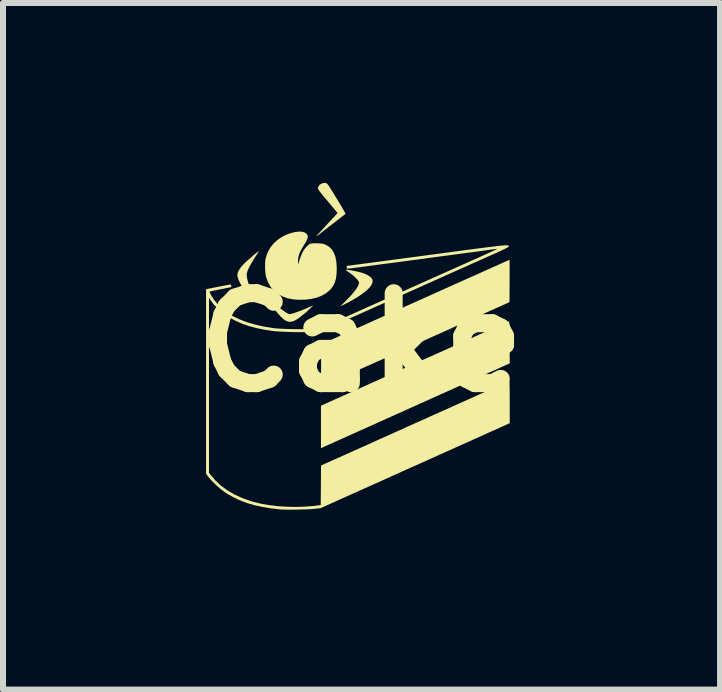
<source format=kicad_pcb>
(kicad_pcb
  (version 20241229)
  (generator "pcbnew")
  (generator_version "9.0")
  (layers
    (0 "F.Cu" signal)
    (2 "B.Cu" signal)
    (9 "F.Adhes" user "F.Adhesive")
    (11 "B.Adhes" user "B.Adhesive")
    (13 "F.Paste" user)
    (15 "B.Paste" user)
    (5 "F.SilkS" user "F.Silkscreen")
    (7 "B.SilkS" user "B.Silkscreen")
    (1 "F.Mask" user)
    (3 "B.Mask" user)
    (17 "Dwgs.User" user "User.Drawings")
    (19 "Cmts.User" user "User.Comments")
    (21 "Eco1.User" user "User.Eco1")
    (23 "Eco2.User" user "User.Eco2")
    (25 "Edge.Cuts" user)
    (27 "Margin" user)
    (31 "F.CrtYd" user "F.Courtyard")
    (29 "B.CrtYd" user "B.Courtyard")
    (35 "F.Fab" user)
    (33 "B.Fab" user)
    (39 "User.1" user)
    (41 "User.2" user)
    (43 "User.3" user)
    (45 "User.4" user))
  (footprint "Cake"
    (layer "F.Cu")
    (at 2.979 2.661)
    (property "Reference" "Cake" (at 0 0 0) (layer "F.SilkS") (effects (font (size 1.5 1.5) (thickness 0.3))))
    (attr board_only exclude_from_pos_files exclude_from_bom)
    (fp_poly (pts (xy -0.244 -1.213) (xy -0.217 -1.21) (xy -0.181 -1.204) (xy -0.14 -1.196) (xy -0.097 -1.188) (xy -0.056 -1.179) (xy -0.021 -1.17) (xy -0.001 -1.165) (xy 0.068 -1.14) (xy 0.12 -1.113) (xy 0.157 -1.084) (xy 0.179 -1.053) (xy 0.185 -1.018) (xy 0.176 -0.981) (xy 0.171 -0.971) (xy 0.144 -0.929) (xy 0.102 -0.884) (xy 0.046 -0.837) (xy -0.022 -0.787) (xy -0.1 -0.737) (xy -0.189 -0.686) (xy -0.262 -0.648) (xy -0.355 -0.602) (xy -0.246 -0.711) (xy -0.182 -0.777) (xy -0.13 -0.838) (xy -0.089 -0.892) (xy -0.061 -0.939) (xy -0.048 -0.97) (xy -0.043 -0.992) (xy -0.044 -1.008) (xy -0.054 -1.026) (xy -0.06 -1.035) (xy -0.081 -1.061) (xy -0.114 -1.093) (xy -0.154 -1.128) (xy -0.199 -1.162) (xy -0.227 -1.181) (xy -0.251 -1.198) (xy -0.261 -1.209) (xy -0.259 -1.213)) (stroke (width 0) (type solid)) (fill yes) (layer "F.SilkS"))
    (fp_poly (pts (xy -1.593 -0.777) (xy -1.577 -0.764) (xy -1.555 -0.745) (xy -1.527 -0.719) (xy -1.523 -0.716) (xy -1.445 -0.646) (xy -1.378 -0.589) (xy -1.321 -0.543) (xy -1.274 -0.509) (xy -1.237 -0.486) (xy -1.209 -0.475) (xy -1.199 -0.473) (xy -1.178 -0.476) (xy -1.145 -0.485) (xy -1.101 -0.499) (xy -1.05 -0.517) (xy -0.994 -0.539) (xy -0.934 -0.563) (xy -0.906 -0.575) (xy -0.803 -0.619) (xy -0.864 -0.56) (xy -0.906 -0.521) (xy -0.952 -0.482) (xy -0.999 -0.444) (xy -1.044 -0.41) (xy -1.084 -0.383) (xy -1.116 -0.364) (xy -1.121 -0.362) (xy -1.167 -0.346) (xy -1.21 -0.344) (xy -1.252 -0.358) (xy -1.269 -0.366) (xy -1.307 -0.394) (xy -1.35 -0.434) (xy -1.397 -0.486) (xy -1.447 -0.547) (xy -1.497 -0.617) (xy -1.547 -0.692) (xy -1.565 -0.72) (xy -1.58 -0.746) (xy -1.592 -0.767) (xy -1.598 -0.779) (xy -1.598 -0.78)) (stroke (width 0) (type solid)) (fill yes) (layer "F.SilkS"))
    (fp_poly (pts (xy -1.717 -1.514) (xy -1.728 -1.496) (xy -1.744 -1.47) (xy -1.76 -1.446) (xy -1.795 -1.392) (xy -1.827 -1.338) (xy -1.857 -1.286) (xy -1.881 -1.239) (xy -1.898 -1.202) (xy -1.903 -1.188) (xy -1.912 -1.157) (xy -1.915 -1.129) (xy -1.913 -1.098) (xy -1.906 -1.059) (xy -1.9 -1.037) (xy -1.893 -1.01) (xy -1.881 -0.972) (xy -1.868 -0.929) (xy -1.852 -0.881) (xy -1.836 -0.833) (xy -1.821 -0.788) (xy -1.807 -0.748) (xy -1.795 -0.716) (xy -1.787 -0.696) (xy -1.785 -0.692) (xy -1.78 -0.681) (xy -1.782 -0.678) (xy -1.791 -0.686) (xy -1.809 -0.705) (xy -1.836 -0.736) (xy -1.864 -0.769) (xy -1.932 -0.852) (xy -1.987 -0.927) (xy -2.028 -0.994) (xy -2.055 -1.053) (xy -2.069 -1.103) (xy -2.071 -1.125) (xy -2.065 -1.163) (xy -2.046 -1.205) (xy -2.014 -1.252) (xy -1.968 -1.305) (xy -1.967 -1.306) (xy -1.947 -1.326) (xy -1.92 -1.351) (xy -1.888 -1.38) (xy -1.854 -1.41) (xy -1.819 -1.44) (xy -1.786 -1.468) (xy -1.756 -1.492) (xy -1.733 -1.51) (xy -1.718 -1.52) (xy -1.714 -1.521)) (stroke (width 0) (type solid)) (fill yes) (layer "F.SilkS"))
    (fp_poly (pts (xy -0.582 -2.654) (xy -0.571 -2.645) (xy -0.561 -2.633) (xy -0.545 -2.61) (xy -0.524 -2.577) (xy -0.499 -2.537) (xy -0.47 -2.491) (xy -0.44 -2.442) (xy -0.409 -2.391) (xy -0.378 -2.34) (xy -0.349 -2.291) (xy -0.322 -2.246) (xy -0.3 -2.207) (xy -0.282 -2.176) (xy -0.271 -2.155) (xy -0.267 -2.145) (xy -0.267 -2.144) (xy -0.275 -2.138) (xy -0.294 -2.123) (xy -0.322 -2.102) (xy -0.356 -2.075) (xy -0.395 -2.045) (xy -0.4 -2.042) (xy -0.449 -2.004) (xy -0.504 -1.961) (xy -0.559 -1.919) (xy -0.61 -1.879) (xy -0.636 -1.859) (xy -0.683 -1.822) (xy -0.718 -1.796) (xy -0.741 -1.778) (xy -0.754 -1.77) (xy -0.757 -1.77) (xy -0.75 -1.779) (xy -0.736 -1.796) (xy -0.717 -1.815) (xy -0.693 -1.841) (xy -0.66 -1.876) (xy -0.624 -1.915) (xy -0.587 -1.955) (xy -0.571 -1.973) (xy -0.537 -2.011) (xy -0.503 -2.048) (xy -0.472 -2.081) (xy -0.448 -2.106) (xy -0.439 -2.116) (xy -0.399 -2.158) (xy -0.554 -2.343) (xy -0.601 -2.399) (xy -0.639 -2.444) (xy -0.668 -2.48) (xy -0.689 -2.507) (xy -0.705 -2.528) (xy -0.715 -2.544) (xy -0.722 -2.555) (xy -0.725 -2.565) (xy -0.726 -2.574) (xy -0.726 -2.578) (xy -0.718 -2.605) (xy -0.699 -2.629) (xy -0.672 -2.647) (xy -0.641 -2.658) (xy -0.61 -2.661)) (stroke (width 0) (type solid)) (fill yes) (layer "F.SilkS"))
    (fp_poly (pts (xy -0.985 -1.846) (xy -0.943 -1.832) (xy -0.916 -1.812) (xy -0.901 -1.789) (xy -0.897 -1.762) (xy -0.903 -1.729) (xy -0.921 -1.689) (xy -0.95 -1.64) (xy -0.952 -1.638) (xy -0.99 -1.575) (xy -1.019 -1.522) (xy -1.039 -1.475) (xy -1.052 -1.431) (xy -1.058 -1.387) (xy -1.06 -1.35) (xy -1.059 -1.301) (xy -1.032 -1.383) (xy -1.01 -1.446) (xy -0.988 -1.496) (xy -0.966 -1.537) (xy -0.94 -1.572) (xy -0.92 -1.595) (xy -0.895 -1.619) (xy -0.874 -1.637) (xy -0.851 -1.648) (xy -0.823 -1.653) (xy -0.787 -1.655) (xy -0.739 -1.654) (xy -0.736 -1.654) (xy -0.692 -1.652) (xy -0.66 -1.649) (xy -0.636 -1.644) (xy -0.614 -1.637) (xy -0.592 -1.627) (xy -0.539 -1.595) (xy -0.496 -1.553) (xy -0.463 -1.5) (xy -0.438 -1.435) (xy -0.422 -1.359) (xy -0.415 -1.269) (xy -0.414 -1.222) (xy -0.417 -1.137) (xy -0.427 -1.065) (xy -0.445 -1.002) (xy -0.471 -0.948) (xy -0.506 -0.899) (xy -0.535 -0.868) (xy -0.596 -0.819) (xy -0.669 -0.778) (xy -0.752 -0.747) (xy -0.845 -0.725) (xy -0.944 -0.714) (xy -1.049 -0.712) (xy -1.133 -0.718) (xy -1.23 -0.736) (xy -1.317 -0.767) (xy -1.395 -0.809) (xy -1.461 -0.864) (xy -1.517 -0.928) (xy -1.56 -1.004) (xy -1.59 -1.088) (xy -1.591 -1.09) (xy -1.601 -1.14) (xy -1.607 -1.199) (xy -1.609 -1.263) (xy -1.608 -1.325) (xy -1.603 -1.381) (xy -1.595 -1.419) (xy -1.565 -1.504) (xy -1.521 -1.583) (xy -1.464 -1.654) (xy -1.396 -1.715) (xy -1.317 -1.767) (xy -1.23 -1.808) (xy -1.135 -1.836) (xy -1.105 -1.842) (xy -1.039 -1.85)) (stroke (width 0) (type solid)) (fill yes) (layer "F.SilkS"))
    (fp_poly (pts (xy 2.461 -0.345) (xy 2.463 -0.322) (xy 2.465 -0.283) (xy 2.466 -0.228) (xy 2.467 -0.158) (xy 2.468 -0.074) (xy 2.469 -0.003) (xy 2.471 0.348) (xy 2.22 0.461) (xy 2.15 0.492) (xy 2.077 0.525) (xy 2.002 0.559) (xy 1.931 0.591) (xy 1.867 0.62) (xy 1.813 0.644) (xy 1.802 0.649) (xy 1.759 0.668) (xy 1.703 0.693) (xy 1.638 0.722) (xy 1.565 0.755) (xy 1.487 0.79) (xy 1.407 0.826) (xy 1.326 0.862) (xy 1.276 0.885) (xy 1.21 0.914) (xy 1.142 0.945) (xy 1.071 0.977) (xy 0.995 1.011) (xy 0.915 1.047) (xy 0.828 1.086) (xy 0.734 1.128) (xy 0.632 1.174) (xy 0.522 1.224) (xy 0.401 1.278) (xy 0.27 1.337) (xy 0.127 1.401) (xy -0.028 1.471) (xy -0.198 1.547) (xy -0.257 1.574) (xy -0.347 1.614) (xy -0.424 1.649) (xy -0.488 1.677) (xy -0.54 1.701) (xy -0.581 1.719) (xy -0.612 1.733) (xy -0.635 1.743) (xy -0.65 1.75) (xy -0.677 1.762) (xy -0.677 1.408) (xy -0.677 1.054) (xy -0.381 0.921) (xy -0.319 0.893) (xy -0.243 0.86) (xy -0.158 0.821) (xy -0.066 0.78) (xy 0.032 0.736) (xy 0.132 0.691) (xy 0.233 0.645) (xy 0.331 0.601) (xy 0.404 0.569) (xy 0.523 0.515) (xy 0.629 0.467) (xy 0.726 0.423) (xy 0.816 0.383) (xy 0.902 0.344) (xy 0.986 0.307) (xy 1.071 0.268) (xy 1.16 0.229) (xy 1.255 0.186) (xy 1.359 0.14) (xy 1.407 0.118) (xy 1.454 0.097) (xy 1.512 0.071) (xy 1.578 0.041) (xy 1.651 0.009) (xy 1.728 -0.026) (xy 1.808 -0.062) (xy 1.889 -0.099) (xy 1.97 -0.135) (xy 2.047 -0.17) (xy 2.121 -0.203) (xy 2.188 -0.233) (xy 2.247 -0.259) (xy 2.296 -0.281) (xy 2.333 -0.298) (xy 2.352 -0.307) (xy 2.39 -0.324) (xy 2.421 -0.338) (xy 2.445 -0.348) (xy 2.458 -0.353) (xy 2.458 -0.353)) (stroke (width 0) (type solid)) (fill yes) (layer "F.SilkS"))
    (fp_poly (pts (xy 2.468 -1.37) (xy 2.468 -1.348) (xy 2.469 -1.312) (xy 2.469 -1.265) (xy 2.469 -1.209) (xy 2.469 -1.144) (xy 2.469 -1.073) (xy 2.469 -1.026) (xy 2.467 -0.673) (xy 2.352 -0.621) (xy 2.311 -0.602) (xy 2.258 -0.579) (xy 2.198 -0.552) (xy 2.136 -0.524) (xy 2.075 -0.497) (xy 2.055 -0.488) (xy 2.001 -0.463) (xy 1.948 -0.44) (xy 1.9 -0.418) (xy 1.86 -0.4) (xy 1.83 -0.386) (xy 1.818 -0.381) (xy 1.785 -0.366) (xy 1.744 -0.348) (xy 1.704 -0.33) (xy 1.696 -0.326) (xy 1.664 -0.312) (xy 1.633 -0.298) (xy 1.602 -0.284) (xy 1.565 -0.268) (xy 1.521 -0.248) (xy 1.467 -0.223) (xy 1.448 -0.215) (xy 1.405 -0.195) (xy 1.358 -0.174) (xy 1.314 -0.154) (xy 1.298 -0.147) (xy 1.26 -0.13) (xy 1.222 -0.113) (xy 1.19 -0.099) (xy 1.182 -0.096) (xy 1.149 -0.08) (xy 1.102 -0.059) (xy 1.043 -0.033) (xy 0.972 -0.001) (xy 0.892 0.035) (xy 0.803 0.075) (xy 0.707 0.119) (xy 0.604 0.165) (xy 0.496 0.213) (xy 0.489 0.216) (xy 0.414 0.25) (xy 0.338 0.284) (xy 0.262 0.318) (xy 0.191 0.35) (xy 0.125 0.379) (xy 0.069 0.404) (xy 0.025 0.424) (xy 0.016 0.428) (xy -0.029 0.448) (xy -0.085 0.474) (xy -0.15 0.503) (xy -0.221 0.535) (xy -0.294 0.568) (xy -0.366 0.6) (xy -0.406 0.618) (xy -0.677 0.74) (xy -0.675 0.385) (xy -0.673 0.03) (xy -0.42 -0.083) (xy -0.348 -0.116) (xy -0.269 -0.151) (xy -0.189 -0.187) (xy -0.11 -0.223) (xy -0.038 -0.255) (xy 0.025 -0.283) (xy 0.033 -0.287) (xy 0.088 -0.312) (xy 0.139 -0.335) (xy 0.185 -0.355) (xy 0.223 -0.373) (xy 0.251 -0.385) (xy 0.265 -0.391) (xy 0.287 -0.401) (xy 0.322 -0.417) (xy 0.37 -0.438) (xy 0.43 -0.465) (xy 0.5 -0.497) (xy 0.579 -0.532) (xy 0.666 -0.571) (xy 0.76 -0.614) (xy 0.86 -0.659) (xy 0.964 -0.706) (xy 1.073 -0.754) (xy 1.183 -0.804) (xy 1.227 -0.824) (xy 1.31 -0.861) (xy 1.39 -0.897) (xy 1.466 -0.931) (xy 1.536 -0.963) (xy 1.599 -0.991) (xy 1.653 -1.015) (xy 1.696 -1.034) (xy 1.727 -1.048) (xy 1.745 -1.056) (xy 1.774 -1.069) (xy 1.814 -1.087) (xy 1.86 -1.107) (xy 1.908 -1.129) (xy 1.933 -1.14) (xy 2.02 -1.179) (xy 2.103 -1.217) (xy 2.181 -1.252) (xy 2.252 -1.283) (xy 2.314 -1.311) (xy 2.368 -1.335) (xy 2.411 -1.354) (xy 2.443 -1.368) (xy 2.462 -1.376) (xy 2.467 -1.378)) (stroke (width 0) (type solid)) (fill yes) (layer "F.SilkS"))
    (fp_poly (pts (xy 2.436 -1.62) (xy 2.445 -1.619) (xy 2.45 -1.616) (xy 2.453 -1.613) (xy 2.454 -1.61) (xy 2.454 -1.605) (xy 2.454 -1.601) (xy 2.454 -1.598) (xy 2.447 -1.592) (xy 2.425 -1.579) (xy 2.389 -1.56) (xy 2.337 -1.536) (xy 2.271 -1.505) (xy 2.191 -1.469) (xy 2.134 -1.444) (xy 2.055 -1.409) (xy 1.972 -1.371) (xy 1.887 -1.334) (xy 1.804 -1.297) (xy 1.727 -1.262) (xy 1.657 -1.231) (xy 1.599 -1.205) (xy 1.598 -1.205) (xy 1.53 -1.174) (xy 1.476 -1.15) (xy 1.432 -1.13) (xy 1.397 -1.115) (xy 1.37 -1.102) (xy 1.347 -1.092) (xy 1.328 -1.084) (xy 1.311 -1.076) (xy 1.293 -1.068) (xy 1.272 -1.059) (xy 1.252 -1.049) (xy 1.228 -1.039) (xy 1.191 -1.022) (xy 1.143 -1.001) (xy 1.086 -0.975) (xy 1.021 -0.946) (xy 0.95 -0.914) (xy 0.874 -0.88) (xy 0.797 -0.846) (xy 0.783 -0.84) (xy 0.704 -0.804) (xy 0.625 -0.769) (xy 0.55 -0.736) (xy 0.479 -0.704) (xy 0.415 -0.675) (xy 0.36 -0.651) (xy 0.315 -0.631) (xy 0.284 -0.617) (xy 0.281 -0.616) (xy 0.19 -0.575) (xy 0.088 -0.529) (xy -0.023 -0.479) (xy -0.14 -0.428) (xy -0.258 -0.375) (xy -0.375 -0.323) (xy -0.448 -0.29) (xy -0.68 -0.187) (xy -0.803 -0.178) (xy -0.869 -0.175) (xy -0.947 -0.173) (xy -1.032 -0.172) (xy -1.121 -0.173) (xy -1.21 -0.175) (xy -1.297 -0.179) (xy -1.378 -0.183) (xy -1.449 -0.189) (xy -1.504 -0.195) (xy -1.635 -0.216) (xy -1.76 -0.242) (xy -1.872 -0.272) (xy -1.994 -0.314) (xy -2.11 -0.366) (xy -2.216 -0.425) (xy -2.313 -0.491) (xy -2.398 -0.563) (xy -2.469 -0.64) (xy -2.508 -0.692) (xy -2.544 -0.746) (xy -2.544 0.713) (xy -2.544 2.172) (xy -2.522 2.201) (xy -2.439 2.299) (xy -2.345 2.387) (xy -2.239 2.465) (xy -2.12 2.534) (xy -1.989 2.594) (xy -1.844 2.646) (xy -1.798 2.659) (xy -1.676 2.689) (xy -1.542 2.712) (xy -1.4 2.729) (xy -1.252 2.739) (xy -1.101 2.742) (xy -0.952 2.738) (xy -0.806 2.727) (xy -0.758 2.721) (xy -0.681 2.711) (xy -0.678 2.381) (xy -0.676 2.051) (xy -0.503 1.974) (xy -0.441 1.946) (xy -0.378 1.918) (xy -0.313 1.889) (xy -0.244 1.858) (xy -0.17 1.825) (xy -0.088 1.788) (xy 0.002 1.748) (xy 0.102 1.703) (xy 0.214 1.652) (xy 0.33 1.6) (xy 0.425 1.558) (xy 0.513 1.518) (xy 0.597 1.48) (xy 0.68 1.443) (xy 0.763 1.405) (xy 0.848 1.367) (xy 0.937 1.327) (xy 1.032 1.285) (xy 1.135 1.238) (xy 1.249 1.187) (xy 1.375 1.131) (xy 1.423 1.109) (xy 1.5 1.075) (xy 1.576 1.04) (xy 1.649 1.008) (xy 1.717 0.977) (xy 1.778 0.95) (xy 1.829 0.927) (xy 1.87 0.908) (xy 1.896 0.897) (xy 2.006 0.847) (xy 2.102 0.804) (xy 2.185 0.766) (xy 2.256 0.735) (xy 2.315 0.709) (xy 2.362 0.687) (xy 2.4 0.671) (xy 2.428 0.659) (xy 2.448 0.65) (xy 2.46 0.646) (xy 2.464 0.644) (xy 2.466 0.652) (xy 2.467 0.675) (xy 2.468 0.71) (xy 2.469 0.757) (xy 2.47 0.813) (xy 2.47 0.878) (xy 2.471 0.949) (xy 2.471 0.995) (xy 2.471 1.345) (xy 2.416 1.371) (xy 2.387 1.384) (xy 2.348 1.401) (xy 2.304 1.421) (xy 2.26 1.441) (xy 2.255 1.443) (xy 2.213 1.462) (xy 2.173 1.479) (xy 2.139 1.495) (xy 2.115 1.505) (xy 2.112 1.507) (xy 2.082 1.521) (xy 2.039 1.54) (xy 1.987 1.564) (xy 1.927 1.591) (xy 1.863 1.619) (xy 1.797 1.649) (xy 1.732 1.678) (xy 1.67 1.706) (xy 1.614 1.731) (xy 1.574 1.749) (xy 1.523 1.772) (xy 1.462 1.799) (xy 1.394 1.83) (xy 1.324 1.861) (xy 1.255 1.892) (xy 1.211 1.912) (xy 1.143 1.943) (xy 1.067 1.977) (xy 0.989 2.012) (xy 0.913 2.046) (xy 0.845 2.076) (xy 0.811 2.091) (xy 0.749 2.119) (xy 0.683 2.149) (xy 0.616 2.179) (xy 0.554 2.207) (xy 0.5 2.231) (xy 0.485 2.238) (xy 0.44 2.259) (xy 0.383 2.284) (xy 0.319 2.313) (xy 0.251 2.344) (xy 0.182 2.374) (xy 0.122 2.401) (xy 0.06 2.429) (xy -0.014 2.462) (xy -0.096 2.499) (xy -0.181 2.537) (xy -0.265 2.575) (xy -0.346 2.611) (xy -0.392 2.632) (xy -0.683 2.763) (xy -0.806 2.776) (xy -0.847 2.779) (xy -0.9 2.782) (xy -0.962 2.784) (xy -1.029 2.786) (xy -1.098 2.787) (xy -1.166 2.788) (xy -1.23 2.788) (xy -1.287 2.787) (xy -1.334 2.785) (xy -1.362 2.783) (xy -1.518 2.765) (xy -1.66 2.741) (xy -1.791 2.712) (xy -1.911 2.677) (xy -2.024 2.634) (xy -2.131 2.584) (xy -2.234 2.526) (xy -2.279 2.497) (xy -2.32 2.467) (xy -2.367 2.429) (xy -2.415 2.387) (xy -2.463 2.341) (xy -2.506 2.297) (xy -2.542 2.257) (xy -2.567 2.225) (xy -2.593 2.186) (xy -2.593 0.649) (xy -2.593 -0.887) (xy -2.55 -0.897) (xy -2.517 -0.904) (xy -2.476 -0.912) (xy -2.43 -0.921) (xy -2.381 -0.931) (xy -2.332 -0.94) (xy -2.286 -0.949) (xy -2.245 -0.957) (xy -2.212 -0.963) (xy -2.19 -0.967) (xy -2.181 -0.968) (xy -2.181 -0.968) (xy -2.178 -0.96) (xy -2.174 -0.945) (xy -2.169 -0.924) (xy -2.322 -0.893) (xy -2.372 -0.883) (xy -2.419 -0.874) (xy -2.459 -0.865) (xy -2.489 -0.859) (xy -2.505 -0.855) (xy -2.536 -0.847) (xy -2.523 -0.817) (xy -2.498 -0.768) (xy -2.461 -0.713) (xy -2.415 -0.657) (xy -2.363 -0.601) (xy -2.308 -0.55) (xy -2.253 -0.506) (xy -2.246 -0.501) (xy -2.148 -0.44) (xy -2.036 -0.386) (xy -1.911 -0.338) (xy -1.774 -0.298) (xy -1.627 -0.265) (xy -1.474 -0.24) (xy -1.427 -0.235) (xy -1.367 -0.231) (xy -1.297 -0.227) (xy -1.22 -0.225) (xy -1.14 -0.223) (xy -1.059 -0.222) (xy -0.98 -0.222) (xy -0.908 -0.223) (xy -0.845 -0.225) (xy -0.803 -0.227) (xy -0.688 -0.236) (xy -0.521 -0.31) (xy -0.471 -0.333) (xy -0.424 -0.354) (xy -0.382 -0.373) (xy -0.349 -0.388) (xy -0.327 -0.397) (xy -0.322 -0.4) (xy -0.306 -0.407) (xy -0.276 -0.42) (xy -0.233 -0.44) (xy -0.175 -0.465) (xy -0.104 -0.497) (xy -0.018 -0.536) (xy 0.082 -0.581) (xy 0.197 -0.632) (xy 0.326 -0.69) (xy 0.47 -0.754) (xy 0.575 -0.801) (xy 0.643 -0.831) (xy 0.707 -0.86) (xy 0.766 -0.886) (xy 0.818 -0.91) (xy 0.861 -0.929) (xy 0.893 -0.943) (xy 0.913 -0.952) (xy 0.917 -0.954) (xy 0.934 -0.961) (xy 0.962 -0.974) (xy 1.001 -0.992) (xy 1.048 -1.012) (xy 1.099 -1.035) (xy 1.144 -1.055) (xy 1.297 -1.124) (xy 1.436 -1.186) (xy 1.561 -1.242) (xy 1.674 -1.292) (xy 1.774 -1.337) (xy 1.863 -1.377) (xy 1.941 -1.411) (xy 2.008 -1.442) (xy 2.066 -1.468) (xy 2.115 -1.49) (xy 2.156 -1.509) (xy 2.189 -1.524) (xy 2.215 -1.536) (xy 2.235 -1.546) (xy 2.249 -1.553) (xy 2.259 -1.558) (xy 2.263 -1.561) (xy 2.265 -1.562) (xy 2.263 -1.563) (xy 2.259 -1.562) (xy 2.259 -1.562) (xy 2.248 -1.56) (xy 2.223 -1.557) (xy 2.184 -1.552) (xy 2.131 -1.545) (xy 2.067 -1.536) (xy 1.993 -1.526) (xy 1.908 -1.514) (xy 1.816 -1.502) (xy 1.715 -1.489) (xy 1.609 -1.474) (xy 1.497 -1.459) (xy 1.381 -1.444) (xy 1.262 -1.428) (xy 1.141 -1.412) (xy 1.019 -1.395) (xy 0.898 -1.379) (xy 0.777 -1.363) (xy 0.659 -1.347) (xy 0.545 -1.332) (xy 0.435 -1.318) (xy 0.331 -1.304) (xy 0.234 -1.291) (xy 0.144 -1.279) (xy 0.064 -1.268) (xy -0.006 -1.259) (xy -0.066 -1.251) (xy -0.113 -1.245) (xy -0.146 -1.241) (xy -0.166 -1.238) (xy -0.198 -1.235) (xy -0.223 -1.232) (xy -0.238 -1.232) (xy -0.24 -1.232) (xy -0.243 -1.242) (xy -0.246 -1.255) (xy -0.249 -1.276) (xy 1.095 -1.455) (xy 1.269 -1.478) (xy 1.427 -1.499) (xy 1.571 -1.519) (xy 1.7 -1.536) (xy 1.817 -1.551) (xy 1.92 -1.565) (xy 2.012 -1.577) (xy 2.093 -1.587) (xy 2.163 -1.596) (xy 2.224 -1.603) (xy 2.275 -1.609) (xy 2.319 -1.614) (xy 2.354 -1.617) (xy 2.383 -1.62) (xy 2.406 -1.621) (xy 2.423 -1.621)) (stroke (width 0) (type solid)) (fill yes) (layer "F.SilkS")))
  (gr_rect
    (start -3 -3)
    (end 8.957 8.449)
    (stroke (width 0.1) (type default))
    (fill no)
    (layer "Edge.Cuts")))
</source>
